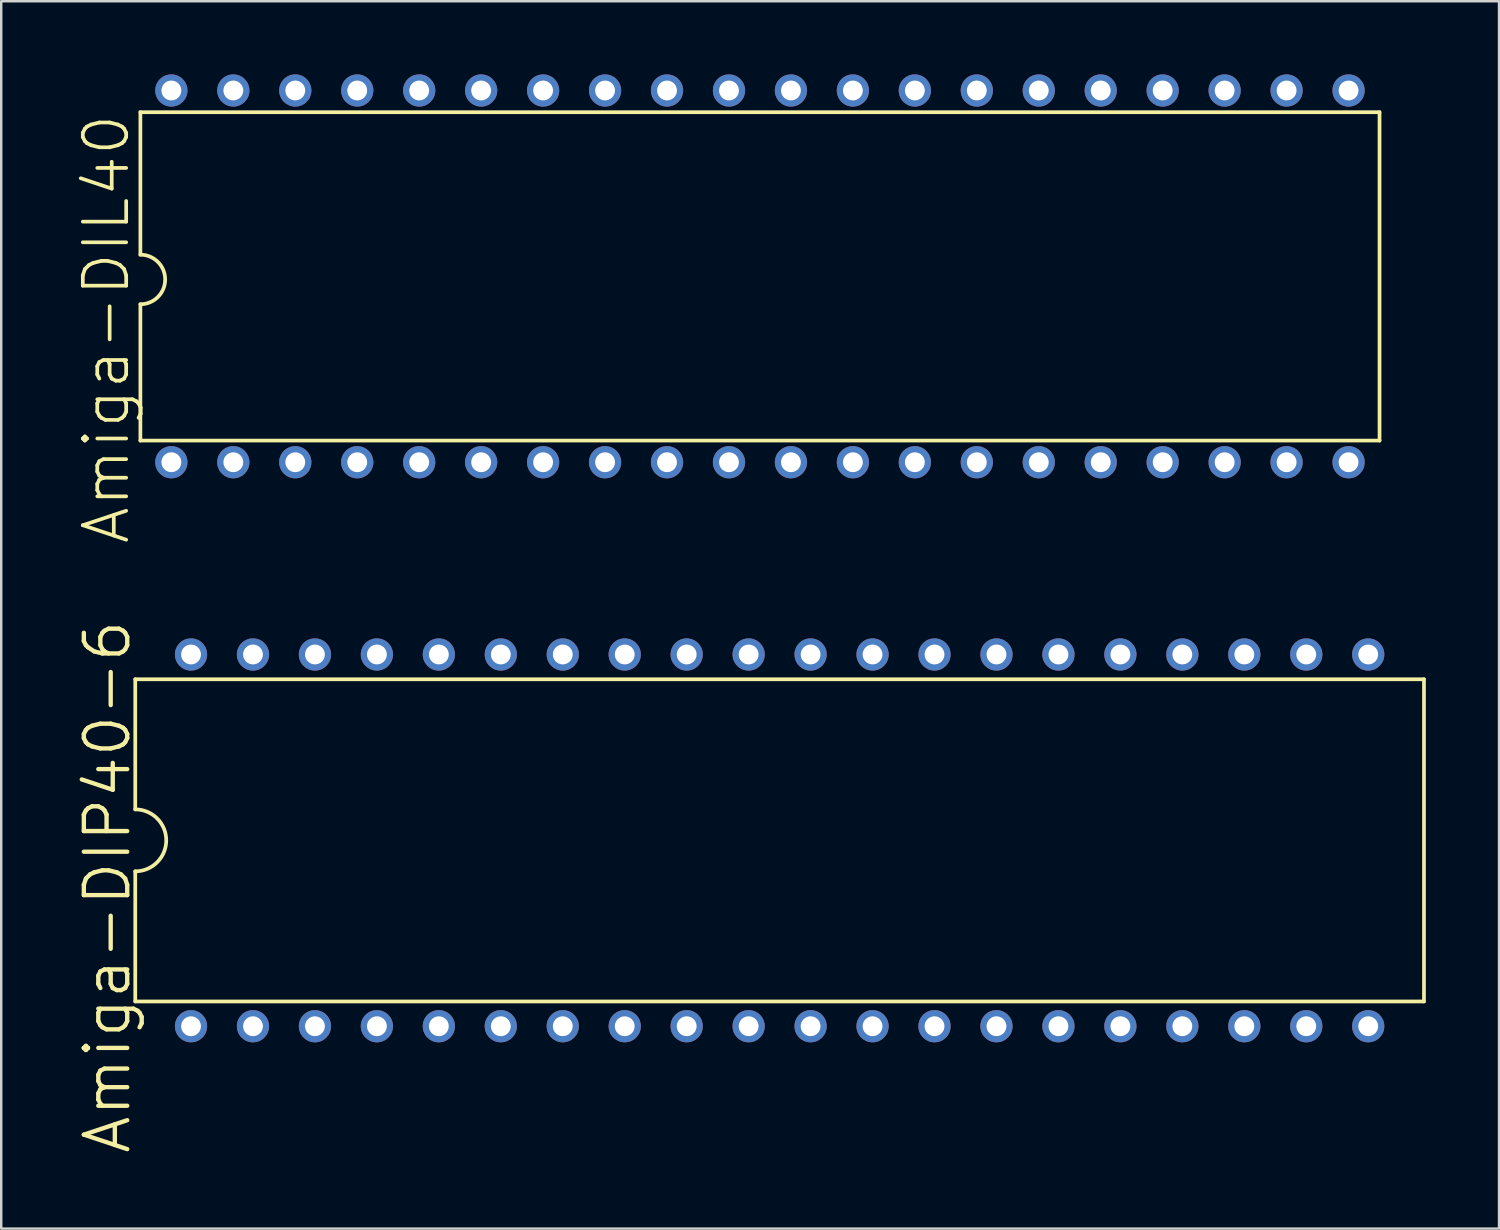
<source format=kicad_pcb>
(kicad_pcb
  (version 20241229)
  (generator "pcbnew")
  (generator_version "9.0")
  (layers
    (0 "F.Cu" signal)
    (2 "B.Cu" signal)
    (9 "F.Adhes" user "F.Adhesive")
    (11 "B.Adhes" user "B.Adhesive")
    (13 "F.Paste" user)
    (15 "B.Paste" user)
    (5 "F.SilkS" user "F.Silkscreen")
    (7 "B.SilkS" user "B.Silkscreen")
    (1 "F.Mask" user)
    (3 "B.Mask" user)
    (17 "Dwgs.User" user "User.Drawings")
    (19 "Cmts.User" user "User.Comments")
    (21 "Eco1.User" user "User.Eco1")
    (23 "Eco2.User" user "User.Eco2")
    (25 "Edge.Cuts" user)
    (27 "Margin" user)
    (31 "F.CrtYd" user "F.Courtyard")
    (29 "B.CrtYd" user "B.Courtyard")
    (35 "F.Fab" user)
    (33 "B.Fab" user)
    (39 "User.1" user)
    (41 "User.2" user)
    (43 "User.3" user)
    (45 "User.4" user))
  (footprint "Amiga-DIL40"
    (layer "F.Cu")
    (at 28.105 8.28)
    (property "Reference" "Amiga-DIL40" (at -26.797 2.159 90) (layer "F.SilkS") (effects (font (size 1.778 1.778) (thickness 0.152))))
    (attr exclude_from_pos_files exclude_from_bom)
    (fp_line (start -25.4 -6.731) (end -25.4 -0.889) (stroke (width 0.152) (type solid)) (layer "F.SilkS"))
    (fp_line (start -25.4 6.731) (end -25.4 1.143) (stroke (width 0.152) (type solid)) (layer "F.SilkS"))
    (fp_line (start -25.4 6.731) (end 25.4 6.731) (stroke (width 0.152) (type solid)) (layer "F.SilkS"))
    (fp_line (start 25.4 -6.731) (end -25.4 -6.731) (stroke (width 0.152) (type solid)) (layer "F.SilkS"))
    (fp_line (start 25.4 -6.731) (end 25.4 6.731) (stroke (width 0.152) (type solid)) (layer "F.SilkS"))
    (fp_arc (start -25.4 -0.889) (mid -24.384 0.127) (end -25.4 1.143) (stroke (width 0.1524) (type solid)) (layer "F.SilkS"))
    (pad "1" thru_hole circle (at -24.13 7.62) (size 1.321 1.321) (drill 0.813) (layers "*.Cu" "*.Paste" "*.Mask"))
    (pad "2" thru_hole circle (at -21.59 7.62) (size 1.321 1.321) (drill 0.813) (layers "*.Cu" "*.Paste" "*.Mask"))
    (pad "3" thru_hole circle (at -19.05 7.62) (size 1.321 1.321) (drill 0.813) (layers "*.Cu" "*.Paste" "*.Mask"))
    (pad "4" thru_hole circle (at -16.51 7.62) (size 1.321 1.321) (drill 0.813) (layers "*.Cu" "*.Paste" "*.Mask"))
    (pad "5" thru_hole circle (at -13.97 7.62) (size 1.321 1.321) (drill 0.813) (layers "*.Cu" "*.Paste" "*.Mask"))
    (pad "6" thru_hole circle (at -11.43 7.62) (size 1.321 1.321) (drill 0.813) (layers "*.Cu" "*.Paste" "*.Mask"))
    (pad "7" thru_hole circle (at -8.89 7.62) (size 1.321 1.321) (drill 0.813) (layers "*.Cu" "*.Paste" "*.Mask"))
    (pad "8" thru_hole circle (at -6.35 7.62) (size 1.321 1.321) (drill 0.813) (layers "*.Cu" "*.Paste" "*.Mask"))
    (pad "9" thru_hole circle (at -3.81 7.62) (size 1.321 1.321) (drill 0.813) (layers "*.Cu" "*.Paste" "*.Mask"))
    (pad "10" thru_hole circle (at -1.27 7.62) (size 1.321 1.321) (drill 0.813) (layers "*.Cu" "*.Paste" "*.Mask"))
    (pad "11" thru_hole circle (at 1.27 7.62) (size 1.321 1.321) (drill 0.813) (layers "*.Cu" "*.Paste" "*.Mask"))
    (pad "12" thru_hole circle (at 3.81 7.62) (size 1.321 1.321) (drill 0.813) (layers "*.Cu" "*.Paste" "*.Mask"))
    (pad "13" thru_hole circle (at 6.35 7.62) (size 1.321 1.321) (drill 0.813) (layers "*.Cu" "*.Paste" "*.Mask"))
    (pad "14" thru_hole circle (at 8.89 7.62) (size 1.321 1.321) (drill 0.813) (layers "*.Cu" "*.Paste" "*.Mask"))
    (pad "15" thru_hole circle (at 11.43 7.62) (size 1.321 1.321) (drill 0.813) (layers "*.Cu" "*.Paste" "*.Mask"))
    (pad "16" thru_hole circle (at 13.97 7.62) (size 1.321 1.321) (drill 0.813) (layers "*.Cu" "*.Paste" "*.Mask"))
    (pad "17" thru_hole circle (at 16.51 7.62) (size 1.321 1.321) (drill 0.813) (layers "*.Cu" "*.Paste" "*.Mask"))
    (pad "18" thru_hole circle (at 19.05 7.62) (size 1.321 1.321) (drill 0.813) (layers "*.Cu" "*.Paste" "*.Mask"))
    (pad "19" thru_hole circle (at 21.59 7.62) (size 1.321 1.321) (drill 0.813) (layers "*.Cu" "*.Paste" "*.Mask"))
    (pad "20" thru_hole circle (at 24.13 7.62) (size 1.321 1.321) (drill 0.813) (layers "*.Cu" "*.Paste" "*.Mask"))
    (pad "21" thru_hole circle (at 24.13 -7.62) (size 1.321 1.321) (drill 0.813) (layers "*.Cu" "*.Paste" "*.Mask"))
    (pad "22" thru_hole circle (at 21.59 -7.62) (size 1.321 1.321) (drill 0.813) (layers "*.Cu" "*.Paste" "*.Mask"))
    (pad "23" thru_hole circle (at 19.05 -7.62) (size 1.321 1.321) (drill 0.813) (layers "*.Cu" "*.Paste" "*.Mask"))
    (pad "24" thru_hole circle (at 16.51 -7.62) (size 1.321 1.321) (drill 0.813) (layers "*.Cu" "*.Paste" "*.Mask"))
    (pad "25" thru_hole circle (at 13.97 -7.62) (size 1.321 1.321) (drill 0.813) (layers "*.Cu" "*.Paste" "*.Mask"))
    (pad "26" thru_hole circle (at 11.43 -7.62) (size 1.321 1.321) (drill 0.813) (layers "*.Cu" "*.Paste" "*.Mask"))
    (pad "27" thru_hole circle (at 8.89 -7.62) (size 1.321 1.321) (drill 0.813) (layers "*.Cu" "*.Paste" "*.Mask"))
    (pad "28" thru_hole circle (at 6.35 -7.62) (size 1.321 1.321) (drill 0.813) (layers "*.Cu" "*.Paste" "*.Mask"))
    (pad "29" thru_hole circle (at 3.81 -7.62) (size 1.321 1.321) (drill 0.813) (layers "*.Cu" "*.Paste" "*.Mask"))
    (pad "30" thru_hole circle (at 1.27 -7.62) (size 1.321 1.321) (drill 0.813) (layers "*.Cu" "*.Paste" "*.Mask"))
    (pad "31" thru_hole circle (at -1.27 -7.62) (size 1.321 1.321) (drill 0.813) (layers "*.Cu" "*.Paste" "*.Mask"))
    (pad "32" thru_hole circle (at -3.81 -7.62) (size 1.321 1.321) (drill 0.813) (layers "*.Cu" "*.Paste" "*.Mask"))
    (pad "33" thru_hole circle (at -6.35 -7.62) (size 1.321 1.321) (drill 0.813) (layers "*.Cu" "*.Paste" "*.Mask"))
    (pad "34" thru_hole circle (at -8.89 -7.62) (size 1.321 1.321) (drill 0.813) (layers "*.Cu" "*.Paste" "*.Mask"))
    (pad "35" thru_hole circle (at -11.43 -7.62) (size 1.321 1.321) (drill 0.813) (layers "*.Cu" "*.Paste" "*.Mask"))
    (pad "36" thru_hole circle (at -13.97 -7.62) (size 1.321 1.321) (drill 0.813) (layers "*.Cu" "*.Paste" "*.Mask"))
    (pad "37" thru_hole circle (at -16.51 -7.62) (size 1.321 1.321) (drill 0.813) (layers "*.Cu" "*.Paste" "*.Mask"))
    (pad "38" thru_hole circle (at -19.05 -7.62) (size 1.321 1.321) (drill 0.813) (layers "*.Cu" "*.Paste" "*.Mask"))
    (pad "39" thru_hole circle (at -21.59 -7.62) (size 1.321 1.321) (drill 0.813) (layers "*.Cu" "*.Paste" "*.Mask"))
    (pad "40" thru_hole circle (at -24.13 -7.62) (size 1.321 1.321) (drill 0.813) (layers "*.Cu" "*.Paste" "*.Mask")))
  (footprint "Amiga-DIP40-6"
    (layer "F.Cu")
    (at 28.911 31.401)
    (property "Reference" "Amiga-DIP40-6" (at -27.559 1.905 90) (layer "F.SilkS") (effects (font (size 1.778 1.778) (thickness 0.178))))
    (attr exclude_from_pos_files exclude_from_bom)
    (fp_line (start -26.416 -6.604) (end -26.416 -1.27) (stroke (width 0.152) (type solid)) (layer "F.SilkS"))
    (fp_line (start -26.416 -6.604) (end 26.416 -6.604) (stroke (width 0.152) (type solid)) (layer "F.SilkS"))
    (fp_line (start -26.416 1.27) (end -26.416 6.604) (stroke (width 0.152) (type solid)) (layer "F.SilkS"))
    (fp_line (start -26.416 6.604) (end 26.416 6.604) (stroke (width 0.152) (type solid)) (layer "F.SilkS"))
    (fp_line (start 26.416 6.604) (end 26.416 -6.604) (stroke (width 0.152) (type solid)) (layer "F.SilkS"))
    (fp_arc (start -26.416 -1.27) (mid -25.146 0) (end -26.416 1.27) (stroke (width 0.1524) (type solid)) (layer "F.SilkS"))
    (pad "1" thru_hole circle (at -24.13 7.62) (size 1.321 1.321) (drill 0.813) (layers "*.Cu" "*.Paste" "*.Mask"))
    (pad "2" thru_hole circle (at -21.59 7.62) (size 1.321 1.321) (drill 0.813) (layers "*.Cu" "*.Paste" "*.Mask"))
    (pad "3" thru_hole circle (at -19.05 7.62) (size 1.321 1.321) (drill 0.813) (layers "*.Cu" "*.Paste" "*.Mask"))
    (pad "4" thru_hole circle (at -16.51 7.62) (size 1.321 1.321) (drill 0.813) (layers "*.Cu" "*.Paste" "*.Mask"))
    (pad "5" thru_hole circle (at -13.97 7.62) (size 1.321 1.321) (drill 0.813) (layers "*.Cu" "*.Paste" "*.Mask"))
    (pad "6" thru_hole circle (at -11.43 7.62) (size 1.321 1.321) (drill 0.813) (layers "*.Cu" "*.Paste" "*.Mask"))
    (pad "7" thru_hole circle (at -8.89 7.62) (size 1.321 1.321) (drill 0.813) (layers "*.Cu" "*.Paste" "*.Mask"))
    (pad "8" thru_hole circle (at -6.35 7.62) (size 1.321 1.321) (drill 0.813) (layers "*.Cu" "*.Paste" "*.Mask"))
    (pad "9" thru_hole circle (at -3.81 7.62) (size 1.321 1.321) (drill 0.813) (layers "*.Cu" "*.Paste" "*.Mask"))
    (pad "10" thru_hole circle (at -1.27 7.62) (size 1.321 1.321) (drill 0.813) (layers "*.Cu" "*.Paste" "*.Mask"))
    (pad "11" thru_hole circle (at 1.27 7.62) (size 1.321 1.321) (drill 0.813) (layers "*.Cu" "*.Paste" "*.Mask"))
    (pad "12" thru_hole circle (at 3.81 7.62) (size 1.321 1.321) (drill 0.813) (layers "*.Cu" "*.Paste" "*.Mask"))
    (pad "13" thru_hole circle (at 6.35 7.62) (size 1.321 1.321) (drill 0.813) (layers "*.Cu" "*.Paste" "*.Mask"))
    (pad "14" thru_hole circle (at 8.89 7.62) (size 1.321 1.321) (drill 0.813) (layers "*.Cu" "*.Paste" "*.Mask"))
    (pad "15" thru_hole circle (at 11.43 7.62) (size 1.321 1.321) (drill 0.813) (layers "*.Cu" "*.Paste" "*.Mask"))
    (pad "16" thru_hole circle (at 13.97 7.62) (size 1.321 1.321) (drill 0.813) (layers "*.Cu" "*.Paste" "*.Mask"))
    (pad "17" thru_hole circle (at 16.51 7.62) (size 1.321 1.321) (drill 0.813) (layers "*.Cu" "*.Paste" "*.Mask"))
    (pad "18" thru_hole circle (at 19.05 7.62) (size 1.321 1.321) (drill 0.813) (layers "*.Cu" "*.Paste" "*.Mask"))
    (pad "19" thru_hole circle (at 21.59 7.62) (size 1.321 1.321) (drill 0.813) (layers "*.Cu" "*.Paste" "*.Mask"))
    (pad "20" thru_hole circle (at 24.13 7.62) (size 1.321 1.321) (drill 0.813) (layers "*.Cu" "*.Paste" "*.Mask"))
    (pad "21" thru_hole circle (at 24.13 -7.62) (size 1.321 1.321) (drill 0.813) (layers "*.Cu" "*.Paste" "*.Mask"))
    (pad "22" thru_hole circle (at 21.59 -7.62) (size 1.321 1.321) (drill 0.813) (layers "*.Cu" "*.Paste" "*.Mask"))
    (pad "23" thru_hole circle (at 19.05 -7.62) (size 1.321 1.321) (drill 0.813) (layers "*.Cu" "*.Paste" "*.Mask"))
    (pad "24" thru_hole circle (at 16.51 -7.62) (size 1.321 1.321) (drill 0.813) (layers "*.Cu" "*.Paste" "*.Mask"))
    (pad "25" thru_hole circle (at 13.97 -7.62) (size 1.321 1.321) (drill 0.813) (layers "*.Cu" "*.Paste" "*.Mask"))
    (pad "26" thru_hole circle (at 11.43 -7.62) (size 1.321 1.321) (drill 0.813) (layers "*.Cu" "*.Paste" "*.Mask"))
    (pad "27" thru_hole circle (at 8.89 -7.62) (size 1.321 1.321) (drill 0.813) (layers "*.Cu" "*.Paste" "*.Mask"))
    (pad "28" thru_hole circle (at 6.35 -7.62) (size 1.321 1.321) (drill 0.813) (layers "*.Cu" "*.Paste" "*.Mask"))
    (pad "29" thru_hole circle (at 3.81 -7.62) (size 1.321 1.321) (drill 0.813) (layers "*.Cu" "*.Paste" "*.Mask"))
    (pad "30" thru_hole circle (at 1.27 -7.62) (size 1.321 1.321) (drill 0.813) (layers "*.Cu" "*.Paste" "*.Mask"))
    (pad "31" thru_hole circle (at -1.27 -7.62) (size 1.321 1.321) (drill 0.813) (layers "*.Cu" "*.Paste" "*.Mask"))
    (pad "32" thru_hole circle (at -3.81 -7.62) (size 1.321 1.321) (drill 0.813) (layers "*.Cu" "*.Paste" "*.Mask"))
    (pad "33" thru_hole circle (at -6.35 -7.62) (size 1.321 1.321) (drill 0.813) (layers "*.Cu" "*.Paste" "*.Mask"))
    (pad "34" thru_hole circle (at -8.89 -7.62) (size 1.321 1.321) (drill 0.813) (layers "*.Cu" "*.Paste" "*.Mask"))
    (pad "35" thru_hole circle (at -11.43 -7.62) (size 1.321 1.321) (drill 0.813) (layers "*.Cu" "*.Paste" "*.Mask"))
    (pad "36" thru_hole circle (at -13.97 -7.62) (size 1.321 1.321) (drill 0.813) (layers "*.Cu" "*.Paste" "*.Mask"))
    (pad "37" thru_hole circle (at -16.51 -7.62) (size 1.321 1.321) (drill 0.813) (layers "*.Cu" "*.Paste" "*.Mask"))
    (pad "38" thru_hole circle (at -19.05 -7.62) (size 1.321 1.321) (drill 0.813) (layers "*.Cu" "*.Paste" "*.Mask"))
    (pad "39" thru_hole circle (at -21.59 -7.62) (size 1.321 1.321) (drill 0.813) (layers "*.Cu" "*.Paste" "*.Mask"))
    (pad "40" thru_hole circle (at -24.13 -7.62) (size 1.321 1.321) (drill 0.813) (layers "*.Cu" "*.Paste" "*.Mask")))
  (gr_rect
    (start -3 -3)
    (end 58.403 47.317)
    (stroke (width 0.1) (type default))
    (fill no)
    (layer "Edge.Cuts")))
</source>
